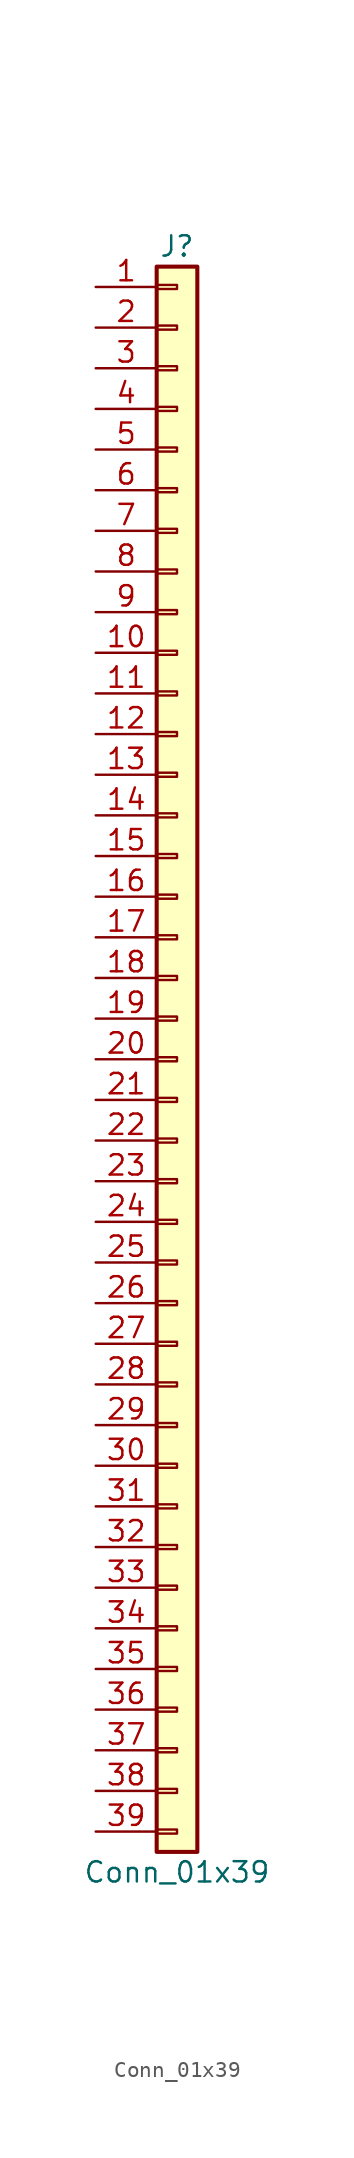
<source format=kicad_sym>
(kicad_symbol_lib
  (version 20220914)
  (generator kicad_symbol_editor)
  (symbol "Conn_01x39"
    (pin_names
      (offset 1.016) hide)
    (property "Reference" "J"
      (at 0 50.8 0)
      (effects (font (size 1.27 1.27))))
    (property "Value" "Conn_01x39"
      (at 0 -50.8 0)
      (effects (font (size 1.27 1.27))))
    (symbol "Conn_01x39_1_1"
      (rectangle (start -1.27 -48.133) (end 0 -48.387) (stroke (width 0.152) (type default)) (fill (type none)))
      (rectangle (start -1.27 -45.593) (end 0 -45.847) (stroke (width 0.152) (type default)) (fill (type none)))
      (rectangle (start -1.27 -43.053) (end 0 -43.307) (stroke (width 0.152) (type default)) (fill (type none)))
      (rectangle (start -1.27 -40.513) (end 0 -40.767) (stroke (width 0.152) (type default)) (fill (type none)))
      (rectangle (start -1.27 -37.973) (end 0 -38.227) (stroke (width 0.152) (type default)) (fill (type none)))
      (rectangle (start -1.27 -35.433) (end 0 -35.687) (stroke (width 0.152) (type default)) (fill (type none)))
      (rectangle (start -1.27 -32.893) (end 0 -33.147) (stroke (width 0.152) (type default)) (fill (type none)))
      (rectangle (start -1.27 -30.353) (end 0 -30.607) (stroke (width 0.152) (type default)) (fill (type none)))
      (rectangle (start -1.27 -27.813) (end 0 -28.067) (stroke (width 0.152) (type default)) (fill (type none)))
      (rectangle (start -1.27 -25.273) (end 0 -25.527) (stroke (width 0.152) (type default)) (fill (type none)))
      (rectangle (start -1.27 -22.733) (end 0 -22.987) (stroke (width 0.152) (type default)) (fill (type none)))
      (rectangle (start -1.27 -20.193) (end 0 -20.447) (stroke (width 0.152) (type default)) (fill (type none)))
      (rectangle (start -1.27 -17.653) (end 0 -17.907) (stroke (width 0.152) (type default)) (fill (type none)))
      (rectangle (start -1.27 -15.113) (end 0 -15.367) (stroke (width 0.152) (type default)) (fill (type none)))
      (rectangle (start -1.27 -12.573) (end 0 -12.827) (stroke (width 0.152) (type default)) (fill (type none)))
      (rectangle (start -1.27 -10.033) (end 0 -10.287) (stroke (width 0.152) (type default)) (fill (type none)))
      (rectangle (start -1.27 -7.493) (end 0 -7.747) (stroke (width 0.152) (type default)) (fill (type none)))
      (rectangle (start -1.27 -4.953) (end 0 -5.207) (stroke (width 0.152) (type default)) (fill (type none)))
      (rectangle (start -1.27 -2.413) (end 0 -2.667) (stroke (width 0.152) (type default)) (fill (type none)))
      (rectangle (start -1.27 0.127) (end 0 -0.127) (stroke (width 0.152) (type default)) (fill (type none)))
      (rectangle (start -1.27 2.667) (end 0 2.413) (stroke (width 0.152) (type default)) (fill (type none)))
      (rectangle (start -1.27 5.207) (end 0 4.953) (stroke (width 0.152) (type default)) (fill (type none)))
      (rectangle (start -1.27 7.747) (end 0 7.493) (stroke (width 0.152) (type default)) (fill (type none)))
      (rectangle (start -1.27 10.287) (end 0 10.033) (stroke (width 0.152) (type default)) (fill (type none)))
      (rectangle (start -1.27 12.827) (end 0 12.573) (stroke (width 0.152) (type default)) (fill (type none)))
      (rectangle (start -1.27 15.367) (end 0 15.113) (stroke (width 0.152) (type default)) (fill (type none)))
      (rectangle (start -1.27 17.907) (end 0 17.653) (stroke (width 0.152) (type default)) (fill (type none)))
      (rectangle (start -1.27 20.447) (end 0 20.193) (stroke (width 0.152) (type default)) (fill (type none)))
      (rectangle (start -1.27 22.987) (end 0 22.733) (stroke (width 0.152) (type default)) (fill (type none)))
      (rectangle (start -1.27 25.527) (end 0 25.273) (stroke (width 0.152) (type default)) (fill (type none)))
      (rectangle (start -1.27 28.067) (end 0 27.813) (stroke (width 0.152) (type default)) (fill (type none)))
      (rectangle (start -1.27 30.607) (end 0 30.353) (stroke (width 0.152) (type default)) (fill (type none)))
      (rectangle (start -1.27 33.147) (end 0 32.893) (stroke (width 0.152) (type default)) (fill (type none)))
      (rectangle (start -1.27 35.687) (end 0 35.433) (stroke (width 0.152) (type default)) (fill (type none)))
      (rectangle (start -1.27 38.227) (end 0 37.973) (stroke (width 0.152) (type default)) (fill (type none)))
      (rectangle (start -1.27 40.767) (end 0 40.513) (stroke (width 0.152) (type default)) (fill (type none)))
      (rectangle (start -1.27 43.307) (end 0 43.053) (stroke (width 0.152) (type default)) (fill (type none)))
      (rectangle (start -1.27 45.847) (end 0 45.593) (stroke (width 0.152) (type default)) (fill (type none)))
      (rectangle (start -1.27 48.387) (end 0 48.133) (stroke (width 0.152) (type default)) (fill (type none)))
      (rectangle (start -1.27 49.53) (end 1.27 -49.53) (stroke (width 0.254) (type default)) (fill (type background)))
      (pin passive line (at -5.08 48.26 0) (length 3.81) (name "Pin_1" (effects (font (size 1.27 1.27)))) (number "1" (effects (font (size 1.27 1.27)))))
      (pin passive line (at -5.08 25.4 0) (length 3.81) (name "Pin_10" (effects (font (size 1.27 1.27)))) (number "10" (effects (font (size 1.27 1.27)))))
      (pin passive line (at -5.08 22.86 0) (length 3.81) (name "Pin_11" (effects (font (size 1.27 1.27)))) (number "11" (effects (font (size 1.27 1.27)))))
      (pin passive line (at -5.08 20.32 0) (length 3.81) (name "Pin_12" (effects (font (size 1.27 1.27)))) (number "12" (effects (font (size 1.27 1.27)))))
      (pin passive line (at -5.08 17.78 0) (length 3.81) (name "Pin_13" (effects (font (size 1.27 1.27)))) (number "13" (effects (font (size 1.27 1.27)))))
      (pin passive line (at -5.08 15.24 0) (length 3.81) (name "Pin_14" (effects (font (size 1.27 1.27)))) (number "14" (effects (font (size 1.27 1.27)))))
      (pin passive line (at -5.08 12.7 0) (length 3.81) (name "Pin_15" (effects (font (size 1.27 1.27)))) (number "15" (effects (font (size 1.27 1.27)))))
      (pin passive line (at -5.08 10.16 0) (length 3.81) (name "Pin_16" (effects (font (size 1.27 1.27)))) (number "16" (effects (font (size 1.27 1.27)))))
      (pin passive line (at -5.08 7.62 0) (length 3.81) (name "Pin_17" (effects (font (size 1.27 1.27)))) (number "17" (effects (font (size 1.27 1.27)))))
      (pin passive line (at -5.08 5.08 0) (length 3.81) (name "Pin_18" (effects (font (size 1.27 1.27)))) (number "18" (effects (font (size 1.27 1.27)))))
      (pin passive line (at -5.08 2.54 0) (length 3.81) (name "Pin_19" (effects (font (size 1.27 1.27)))) (number "19" (effects (font (size 1.27 1.27)))))
      (pin passive line (at -5.08 45.72 0) (length 3.81) (name "Pin_2" (effects (font (size 1.27 1.27)))) (number "2" (effects (font (size 1.27 1.27)))))
      (pin passive line (at -5.08 0 0) (length 3.81) (name "Pin_20" (effects (font (size 1.27 1.27)))) (number "20" (effects (font (size 1.27 1.27)))))
      (pin passive line (at -5.08 -2.54 0) (length 3.81) (name "Pin_21" (effects (font (size 1.27 1.27)))) (number "21" (effects (font (size 1.27 1.27)))))
      (pin passive line (at -5.08 -5.08 0) (length 3.81) (name "Pin_22" (effects (font (size 1.27 1.27)))) (number "22" (effects (font (size 1.27 1.27)))))
      (pin passive line (at -5.08 -7.62 0) (length 3.81) (name "Pin_23" (effects (font (size 1.27 1.27)))) (number "23" (effects (font (size 1.27 1.27)))))
      (pin passive line (at -5.08 -10.16 0) (length 3.81) (name "Pin_24" (effects (font (size 1.27 1.27)))) (number "24" (effects (font (size 1.27 1.27)))))
      (pin passive line (at -5.08 -12.7 0) (length 3.81) (name "Pin_25" (effects (font (size 1.27 1.27)))) (number "25" (effects (font (size 1.27 1.27)))))
      (pin passive line (at -5.08 -15.24 0) (length 3.81) (name "Pin_26" (effects (font (size 1.27 1.27)))) (number "26" (effects (font (size 1.27 1.27)))))
      (pin passive line (at -5.08 -17.78 0) (length 3.81) (name "Pin_27" (effects (font (size 1.27 1.27)))) (number "27" (effects (font (size 1.27 1.27)))))
      (pin passive line (at -5.08 -20.32 0) (length 3.81) (name "Pin_28" (effects (font (size 1.27 1.27)))) (number "28" (effects (font (size 1.27 1.27)))))
      (pin passive line (at -5.08 -22.86 0) (length 3.81) (name "Pin_29" (effects (font (size 1.27 1.27)))) (number "29" (effects (font (size 1.27 1.27)))))
      (pin passive line (at -5.08 43.18 0) (length 3.81) (name "Pin_3" (effects (font (size 1.27 1.27)))) (number "3" (effects (font (size 1.27 1.27)))))
      (pin passive line (at -5.08 -25.4 0) (length 3.81) (name "Pin_30" (effects (font (size 1.27 1.27)))) (number "30" (effects (font (size 1.27 1.27)))))
      (pin passive line (at -5.08 -27.94 0) (length 3.81) (name "Pin_31" (effects (font (size 1.27 1.27)))) (number "31" (effects (font (size 1.27 1.27)))))
      (pin passive line (at -5.08 -30.48 0) (length 3.81) (name "Pin_32" (effects (font (size 1.27 1.27)))) (number "32" (effects (font (size 1.27 1.27)))))
      (pin passive line (at -5.08 -33.02 0) (length 3.81) (name "Pin_33" (effects (font (size 1.27 1.27)))) (number "33" (effects (font (size 1.27 1.27)))))
      (pin passive line (at -5.08 -35.56 0) (length 3.81) (name "Pin_34" (effects (font (size 1.27 1.27)))) (number "34" (effects (font (size 1.27 1.27)))))
      (pin passive line (at -5.08 -38.1 0) (length 3.81) (name "Pin_35" (effects (font (size 1.27 1.27)))) (number "35" (effects (font (size 1.27 1.27)))))
      (pin passive line (at -5.08 -40.64 0) (length 3.81) (name "Pin_36" (effects (font (size 1.27 1.27)))) (number "36" (effects (font (size 1.27 1.27)))))
      (pin passive line (at -5.08 -43.18 0) (length 3.81) (name "Pin_37" (effects (font (size 1.27 1.27)))) (number "37" (effects (font (size 1.27 1.27)))))
      (pin passive line (at -5.08 -45.72 0) (length 3.81) (name "Pin_38" (effects (font (size 1.27 1.27)))) (number "38" (effects (font (size 1.27 1.27)))))
      (pin passive line (at -5.08 -48.26 0) (length 3.81) (name "Pin_39" (effects (font (size 1.27 1.27)))) (number "39" (effects (font (size 1.27 1.27)))))
      (pin passive line (at -5.08 40.64 0) (length 3.81) (name "Pin_4" (effects (font (size 1.27 1.27)))) (number "4" (effects (font (size 1.27 1.27)))))
      (pin passive line (at -5.08 38.1 0) (length 3.81) (name "Pin_5" (effects (font (size 1.27 1.27)))) (number "5" (effects (font (size 1.27 1.27)))))
      (pin passive line (at -5.08 35.56 0) (length 3.81) (name "Pin_6" (effects (font (size 1.27 1.27)))) (number "6" (effects (font (size 1.27 1.27)))))
      (pin passive line (at -5.08 33.02 0) (length 3.81) (name "Pin_7" (effects (font (size 1.27 1.27)))) (number "7" (effects (font (size 1.27 1.27)))))
      (pin passive line (at -5.08 30.48 0) (length 3.81) (name "Pin_8" (effects (font (size 1.27 1.27)))) (number "8" (effects (font (size 1.27 1.27)))))
      (pin passive line (at -5.08 27.94 0) (length 3.81) (name "Pin_9" (effects (font (size 1.27 1.27)))) (number "9" (effects (font (size 1.27 1.27))))))))
</source>
